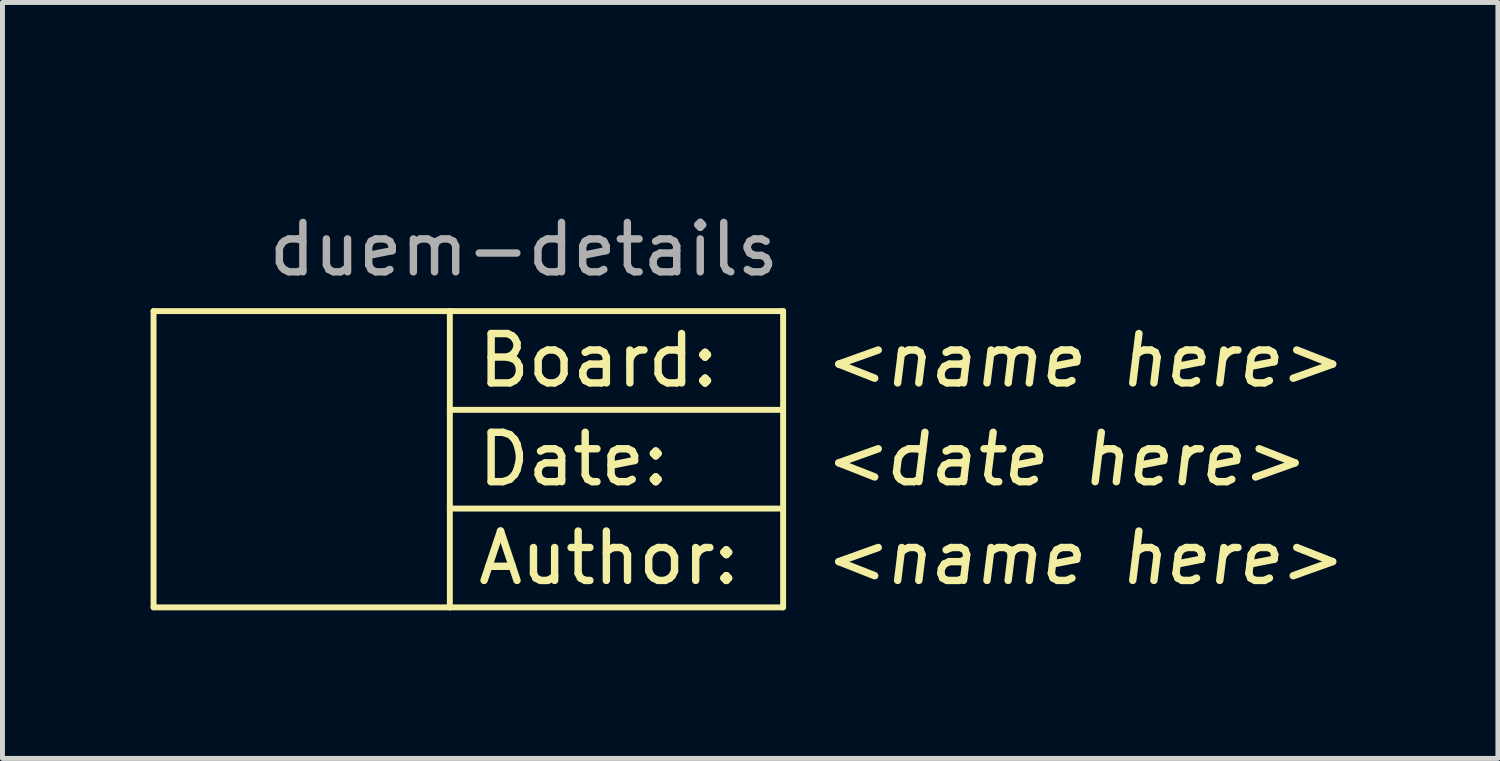
<source format=kicad_pcb>
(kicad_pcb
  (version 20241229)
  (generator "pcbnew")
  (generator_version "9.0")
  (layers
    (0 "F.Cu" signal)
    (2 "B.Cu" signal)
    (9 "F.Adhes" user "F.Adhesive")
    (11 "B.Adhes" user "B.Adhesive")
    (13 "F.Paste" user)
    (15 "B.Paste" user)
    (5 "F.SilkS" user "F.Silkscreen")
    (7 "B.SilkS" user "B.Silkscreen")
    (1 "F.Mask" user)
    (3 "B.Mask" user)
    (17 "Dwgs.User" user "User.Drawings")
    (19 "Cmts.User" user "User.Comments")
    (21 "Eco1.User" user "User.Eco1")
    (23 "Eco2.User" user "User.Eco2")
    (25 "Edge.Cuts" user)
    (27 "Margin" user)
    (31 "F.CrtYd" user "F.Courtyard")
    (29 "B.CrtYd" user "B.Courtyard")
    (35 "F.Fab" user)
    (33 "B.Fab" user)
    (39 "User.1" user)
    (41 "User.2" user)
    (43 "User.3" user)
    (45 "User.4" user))
  (footprint "duem-details"
    (layer "F.Cu")
    (at 6.31 0.25)
    (property "Reference" "duem-details" (at 1.25 1.75 0) (layer "F.Fab") (effects (font (size 1 1) (thickness 0.15))))
    (attr through_hole)
    (fp_line (start -6.25 3) (end -6.25 9) (stroke (width 0.12) (type solid)) (layer "F.SilkS"))
    (fp_line (start -6.25 9) (end -0.25 9) (stroke (width 0.12) (type solid)) (layer "F.SilkS"))
    (fp_line (start -0.25 3) (end -6.25 3) (stroke (width 0.12) (type solid)) (layer "F.SilkS"))
    (fp_line (start -0.25 3) (end -0.25 9) (stroke (width 0.12) (type solid)) (layer "F.SilkS"))
    (fp_line (start -0.25 5) (end 6.5 5) (stroke (width 0.12) (type solid)) (layer "F.SilkS"))
    (fp_line (start -0.25 7) (end 6.5 7) (stroke (width 0.12) (type solid)) (layer "F.SilkS"))
    (fp_line (start -0.25 9) (end 6.5 9) (stroke (width 0.12) (type solid)) (layer "F.SilkS"))
    (fp_line (start 6.5 3) (end -0.25 3) (stroke (width 0.12) (type solid)) (layer "F.SilkS"))
    (fp_line (start 6.5 3) (end 6.5 9) (stroke (width 0.12) (type solid)) (layer "F.SilkS"))
    (fp_text user "<name here>" (at 7.25 4 0) (layer "F.SilkS") (effects (font (size 1 1) (thickness 0.15) (italic yes)) (justify left)))
    (fp_text user "<date here>" (at 7.25 6 0) (layer "F.SilkS") (effects (font (size 1 1) (thickness 0.15) (italic yes)) (justify left)))
    (fp_text user "Author:" (at 0.25 8 0) (layer "F.SilkS") (effects (font (size 1 1) (thickness 0.15)) (justify left)))
    (fp_text user "Date:" (at 0.25 6 0) (layer "F.SilkS") (effects (font (size 1 1) (thickness 0.15)) (justify left)))
    (fp_text user "Board:" (at 0.25 4 0) (layer "F.SilkS") (effects (font (size 1 1) (thickness 0.15)) (justify left)))
    (fp_text user "<name here>" (at 7.25 8 0) (layer "F.SilkS") (effects (font (size 1 1) (thickness 0.15) (italic yes)) (justify left))))
  (gr_rect
    (start -3 -3)
    (end 27.286 12.31)
    (stroke (width 0.1) (type default))
    (fill no)
    (layer "Edge.Cuts")))
</source>
